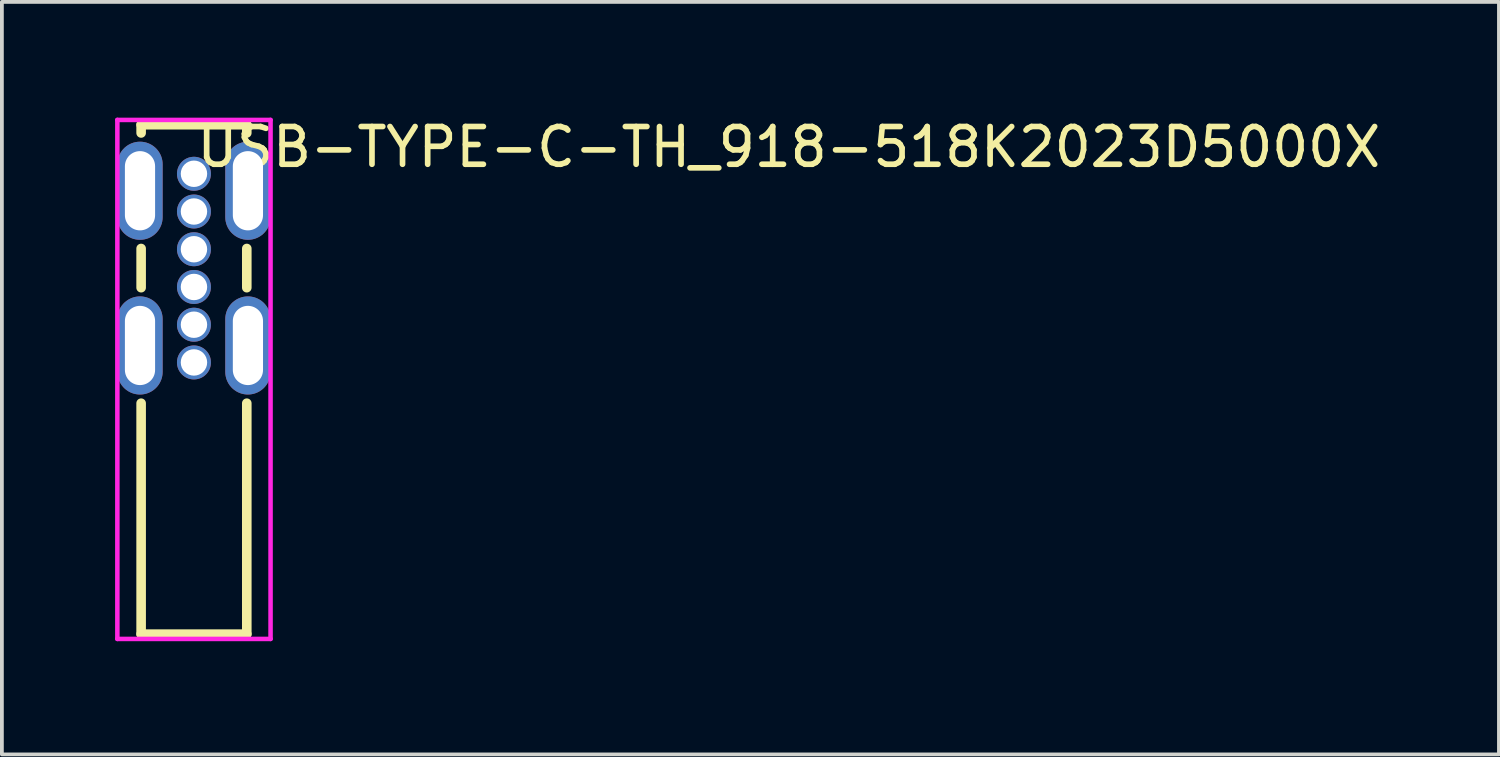
<source format=kicad_pcb>
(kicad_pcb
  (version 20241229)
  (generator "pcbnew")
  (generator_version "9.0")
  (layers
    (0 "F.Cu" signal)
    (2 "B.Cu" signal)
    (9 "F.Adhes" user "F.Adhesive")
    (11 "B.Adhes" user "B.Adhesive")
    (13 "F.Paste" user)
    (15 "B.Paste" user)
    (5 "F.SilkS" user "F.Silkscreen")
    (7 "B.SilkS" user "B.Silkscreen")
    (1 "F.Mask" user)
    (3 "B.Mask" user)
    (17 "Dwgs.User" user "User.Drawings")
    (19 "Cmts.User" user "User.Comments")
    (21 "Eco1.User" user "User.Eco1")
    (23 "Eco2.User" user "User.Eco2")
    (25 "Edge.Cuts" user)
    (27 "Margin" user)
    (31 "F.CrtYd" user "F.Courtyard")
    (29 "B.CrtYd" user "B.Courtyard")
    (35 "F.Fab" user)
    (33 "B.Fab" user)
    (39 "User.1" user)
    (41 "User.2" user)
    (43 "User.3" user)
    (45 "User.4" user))
  (footprint "USB-TYPE-C-TH_918-518K2023D5000X"
    (layer "F.Cu")
    (at 2.09 4.055)
    (property "Reference" "USB-TYPE-C-TH_918-518K2023D5000X" (at 0 -3.207 0) (layer "F.SilkS") (effects (font (size 1 1) (thickness 0.15)) (justify left)))
    (attr through_hole)
    (fp_line (start -1.4 -3.8) (end -1.4 -3.581) (stroke (width 0.254) (type solid)) (layer "F.SilkS"))
    (fp_line (start -1.4 -3.8) (end 1.4 -3.8) (stroke (width 0.254) (type solid)) (layer "F.SilkS"))
    (fp_line (start -1.4 -0.52) (end -1.4 0.519) (stroke (width 0.254) (type solid)) (layer "F.SilkS"))
    (fp_line (start -1.4 3.58) (end -1.4 9.7) (stroke (width 0.254) (type solid)) (layer "F.SilkS"))
    (fp_line (start -1.4 9.7) (end 1.4 9.7) (stroke (width 0.254) (type solid)) (layer "F.SilkS"))
    (fp_line (start 1.4 -3.8) (end 1.4 -3.581) (stroke (width 0.254) (type solid)) (layer "F.SilkS"))
    (fp_line (start 1.4 -0.52) (end 1.4 0.519) (stroke (width 0.254) (type solid)) (layer "F.SilkS"))
    (fp_line (start 1.4 3.58) (end 1.4 9.7) (stroke (width 0.254) (type solid)) (layer "F.SilkS"))
    (fp_circle (center 0 -2.5) (end 0.125 -2.5) (stroke (width 0.25) (type solid)) (fill no) (layer "Eco2.User"))
    (fp_circle (center 0 -1.5) (end 0.125 -1.5) (stroke (width 0.25) (type solid)) (fill no) (layer "Eco2.User"))
    (fp_circle (center 0 -0.5) (end 0.125 -0.5) (stroke (width 0.25) (type solid)) (fill no) (layer "Eco2.User"))
    (fp_circle (center 0 0.5) (end 0.125 0.5) (stroke (width 0.25) (type solid)) (fill no) (layer "Eco2.User"))
    (fp_circle (center 0 1.5) (end 0.125 1.5) (stroke (width 0.25) (type solid)) (fill no) (layer "Eco2.User"))
    (fp_circle (center 0 2.5) (end 0.125 2.5) (stroke (width 0.25) (type solid)) (fill no) (layer "Eco2.User"))
    (fp_circle (center 2.03 -3.927) (end 2.06 -3.927) (stroke (width 0.06) (type solid)) (fill no) (layer "Eco2.User"))
    (fp_poly (pts (xy -1.75 -1.4) (xy -1.75 -2.7) (xy -1.11 -2.7) (xy -1.11 -1.4)) (stroke (width 0.12) (type solid)) (fill no) (layer "Eco2.User"))
    (fp_poly (pts (xy -1.75 2.7) (xy -1.75 1.4) (xy -1.11 1.4) (xy -1.11 2.7)) (stroke (width 0.12) (type solid)) (fill no) (layer "Eco2.User"))
    (fp_poly (pts (xy 1.11 -1.4) (xy 1.11 -2.7) (xy 1.75 -2.7) (xy 1.75 -1.4)) (stroke (width 0.12) (type solid)) (fill no) (layer "Eco2.User"))
    (fp_poly (pts (xy 1.11 2.7) (xy 1.11 1.4) (xy 1.75 1.4) (xy 1.75 2.7)) (stroke (width 0.12) (type solid)) (fill no) (layer "Eco2.User"))
    (fp_line (start -2.03 -3.927) (end 2.03 -3.927) (stroke (width 0.12) (type solid)) (layer "F.CrtYd"))
    (fp_line (start -2.03 9.827) (end -2.03 -3.927) (stroke (width 0.12) (type solid)) (layer "F.CrtYd"))
    (fp_line (start 2.03 -3.927) (end 2.03 9.827) (stroke (width 0.12) (type solid)) (layer "F.CrtYd"))
    (fp_line (start 2.03 9.827) (end -2.03 9.827) (stroke (width 0.12) (type solid)) (layer "F.CrtYd"))
    (pad "7" thru_hole oval (at -1.43 -2.05) (size 1.2 2.6) (drill oval 0.8 2.1) (layers "*.Cu" "*.Mask"))
    (pad "7" thru_hole oval (at -1.43 2.05) (size 1.2 2.6) (drill oval 0.8 2.1) (layers "*.Cu" "*.Mask"))
    (pad "7" thru_hole oval (at 1.43 -2.05) (size 1.2 2.6) (drill oval 0.8 2.1) (layers "*.Cu" "*.Mask"))
    (pad "7" thru_hole oval (at 1.43 2.05) (size 1.2 2.6) (drill oval 0.8 2.1) (layers "*.Cu" "*.Mask"))
    (pad "A5" thru_hole circle (at 0 0.5) (size 0.9 0.9) (drill 0.7) (layers "*.Cu" "*.Mask"))
    (pad "A9" thru_hole circle (at 0 -1.5) (size 0.9 0.9) (drill 0.7) (layers "*.Cu" "*.Mask"))
    (pad "A12" thru_hole circle (at 0 -2.5) (size 0.9 0.9) (drill 0.7) (layers "*.Cu" "*.Mask"))
    (pad "B5" thru_hole circle (at 0 -0.5) (size 0.9 0.9) (drill 0.7) (layers "*.Cu" "*.Mask"))
    (pad "B9" thru_hole circle (at 0 1.5) (size 0.9 0.9) (drill 0.7) (layers "*.Cu" "*.Mask"))
    (pad "B12" thru_hole circle (at 0 2.5) (size 0.9 0.9) (drill 0.7) (layers "*.Cu" "*.Mask")))
  (gr_rect
    (start -3 -3)
    (end 36.673 16.942)
    (stroke (width 0.1) (type default))
    (fill no)
    (layer "Edge.Cuts")))
</source>
